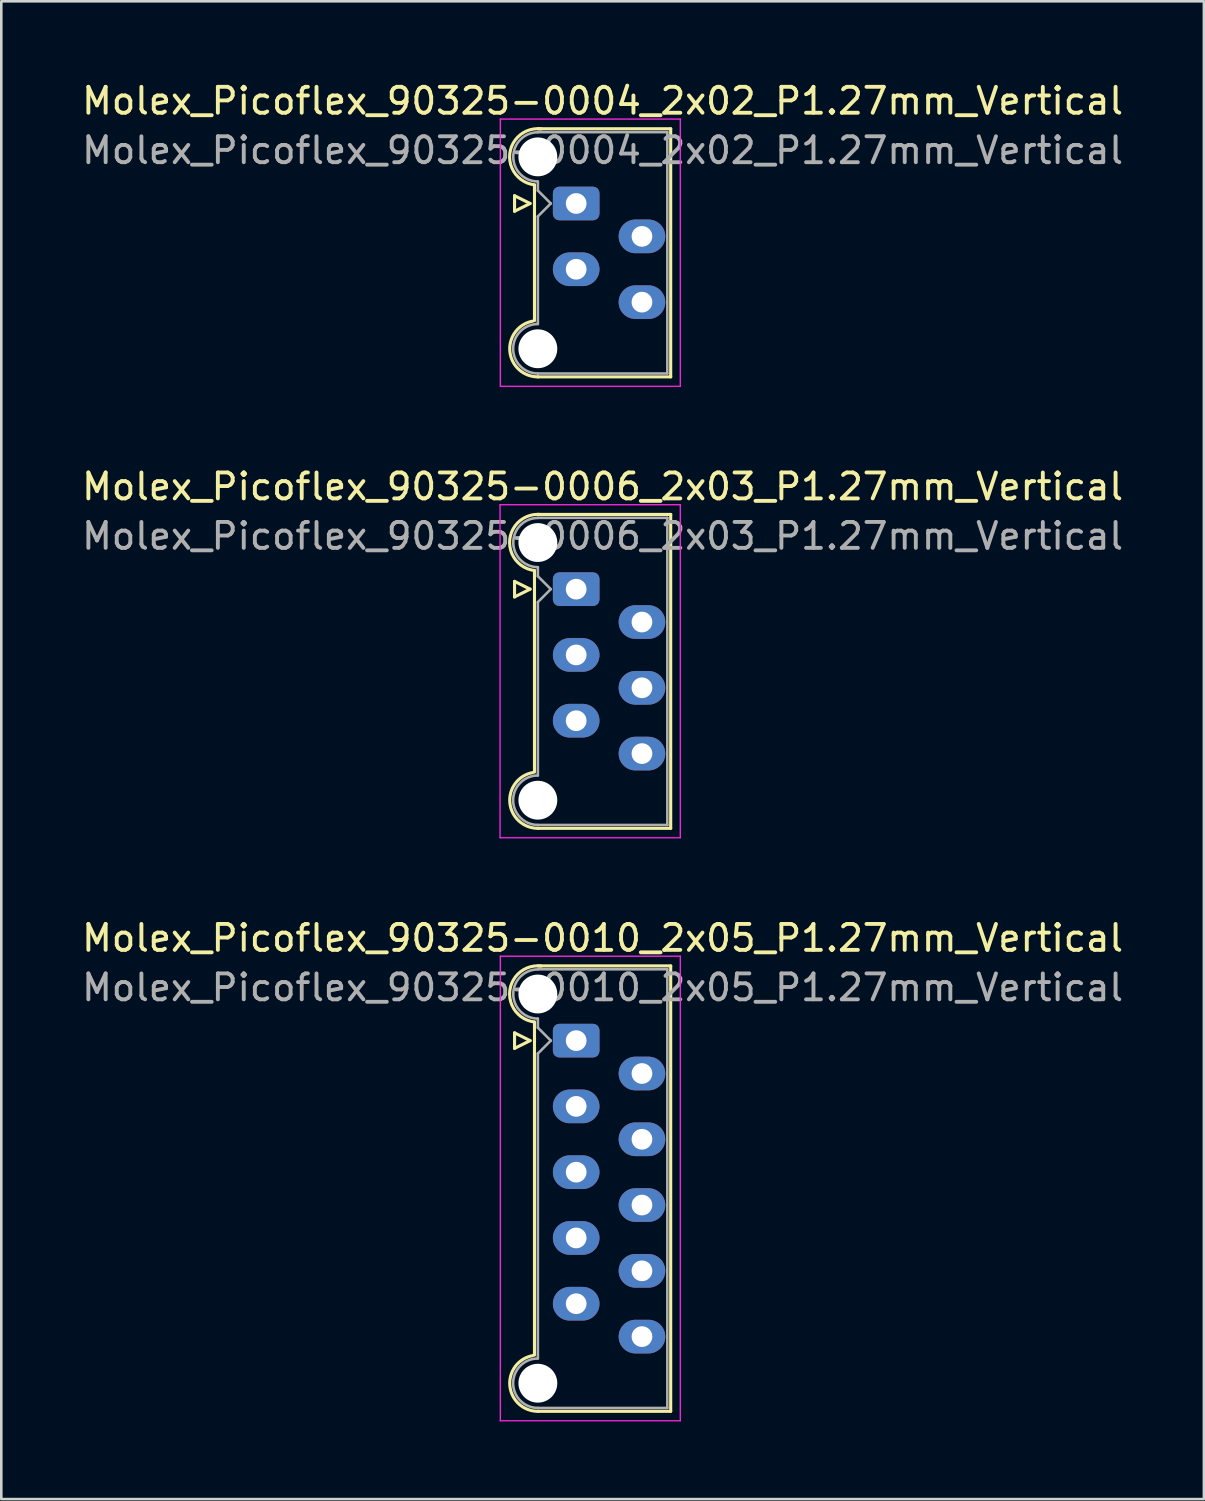
<source format=kicad_pcb>
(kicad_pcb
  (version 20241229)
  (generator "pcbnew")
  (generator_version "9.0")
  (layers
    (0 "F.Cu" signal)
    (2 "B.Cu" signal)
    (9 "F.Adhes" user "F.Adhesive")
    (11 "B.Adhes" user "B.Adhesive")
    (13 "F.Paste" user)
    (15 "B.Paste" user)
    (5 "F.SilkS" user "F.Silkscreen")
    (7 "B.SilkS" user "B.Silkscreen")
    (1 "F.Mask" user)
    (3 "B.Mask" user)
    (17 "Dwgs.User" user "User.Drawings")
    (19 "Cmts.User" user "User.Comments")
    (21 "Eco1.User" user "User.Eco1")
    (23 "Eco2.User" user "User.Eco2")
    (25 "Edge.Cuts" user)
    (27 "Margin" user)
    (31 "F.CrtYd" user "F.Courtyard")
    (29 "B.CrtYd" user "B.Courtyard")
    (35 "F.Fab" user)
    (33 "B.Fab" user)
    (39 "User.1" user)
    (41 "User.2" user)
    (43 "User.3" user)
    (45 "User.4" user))
  (footprint "Molex_Picoflex_90325-0004_2x02_P1.27mm_Vertical"
    (layer "F.Cu")
    (at 19.2 4.808)
    (property "Reference" "Molex_Picoflex_90325-0004_2x02_P1.27mm_Vertical" (at 1.02 -3.96 0) (layer "F.SilkS") (effects (font (size 1 1) (thickness 0.15))))
    (attr through_hole)
    (fp_line (start -2.38 -0.3) (end -2.38 0.3) (stroke (width 0.12) (type solid)) (layer "F.SilkS"))
    (fp_line (start -2.38 0.3) (end -1.78 0) (stroke (width 0.12) (type solid)) (layer "F.SilkS"))
    (fp_line (start -1.78 0) (end -2.38 -0.3) (stroke (width 0.12) (type solid)) (layer "F.SilkS"))
    (fp_line (start -1.61 -0.715) (end -1.61 4.525) (stroke (width 0.12) (type solid)) (layer "F.SilkS"))
    (fp_line (start -1.48 -2.885) (end 3.65 -2.885) (stroke (width 0.12) (type solid)) (layer "F.SilkS"))
    (fp_line (start 3.65 -2.885) (end 3.65 6.695) (stroke (width 0.12) (type solid)) (layer "F.SilkS"))
    (fp_line (start 3.65 6.695) (end -1.48 6.695) (stroke (width 0.12) (type solid)) (layer "F.SilkS"))
    (fp_arc (start -1.61 -0.72) (mid -2.56 -1.93) (end -1.35 -2.88) (stroke (width 0.12) (type solid)) (layer "F.SilkS"))
    (fp_arc (start -1.47 6.695) (mid -2.56 5.714526) (end -1.678256 4.54322) (stroke (width 0.12) (type solid)) (layer "F.SilkS"))
    (fp_line (start -2.93 -3.26) (end -2.93 7.06) (stroke (width 0.05) (type solid)) (layer "F.CrtYd"))
    (fp_line (start -2.93 7.06) (end 4.02 7.06) (stroke (width 0.05) (type solid)) (layer "F.CrtYd"))
    (fp_line (start 4.02 -3.26) (end -2.93 -3.26) (stroke (width 0.05) (type solid)) (layer "F.CrtYd"))
    (fp_line (start 4.02 7.06) (end 4.02 -3.26) (stroke (width 0.05) (type solid)) (layer "F.CrtYd"))
    (fp_line (start -1.48 -2.755) (end 3.52 -2.755) (stroke (width 0.1) (type solid)) (layer "F.Fab"))
    (fp_line (start -1.48 -0.845) (end -1.48 -0.5) (stroke (width 0.1) (type solid)) (layer "F.Fab"))
    (fp_line (start -1.48 -0.5) (end -0.98 0) (stroke (width 0.1) (type solid)) (layer "F.Fab"))
    (fp_line (start -1.48 0.5) (end -1.48 4.655) (stroke (width 0.1) (type solid)) (layer "F.Fab"))
    (fp_line (start -0.98 0) (end -1.48 0.5) (stroke (width 0.1) (type solid)) (layer "F.Fab"))
    (fp_line (start 3.52 -2.755) (end 3.52 6.565) (stroke (width 0.1) (type solid)) (layer "F.Fab"))
    (fp_line (start 3.52 6.565) (end -1.48 6.565) (stroke (width 0.1) (type solid)) (layer "F.Fab"))
    (fp_arc (start -1.48 -0.85) (mid -2.43 -1.8) (end -1.48 -2.75) (stroke (width 0.1) (type solid)) (layer "F.Fab"))
    (fp_arc (start -1.48 6.565) (mid -2.435 5.61) (end -1.48 4.655) (stroke (width 0.1) (type solid)) (layer "F.Fab"))
    (fp_text user "${REFERENCE}" (at 1.02 -2.05 0) (layer "F.Fab") (effects (font (size 1 1) (thickness 0.15))))
    (pad "" np_thru_hole circle (at -1.48 -1.8) (size 1.5 1.5) (drill 1.5) (layers "*.Cu" "*.Mask"))
    (pad "" np_thru_hole circle (at -1.48 5.61) (size 1.5 1.5) (drill 1.5) (layers "*.Cu" "*.Mask"))
    (pad "1" thru_hole roundrect (at 0 0) (size 1.8 1.3) (drill 0.8) (layers "*.Cu" "*.Mask") (roundrect_rratio 0.192))
    (pad "2" thru_hole oval (at 2.54 1.27) (size 1.8 1.3) (drill 0.8) (layers "*.Cu" "*.Mask"))
    (pad "3" thru_hole oval (at 0 2.54) (size 1.8 1.3) (drill 0.8) (layers "*.Cu" "*.Mask"))
    (pad "4" thru_hole oval (at 2.54 3.81) (size 1.8 1.3) (drill 0.8) (layers "*.Cu" "*.Mask")))
  (footprint "Molex_Picoflex_90325-0006_2x03_P1.27mm_Vertical"
    (layer "F.Cu")
    (at 19.2 19.701)
    (property "Reference" "Molex_Picoflex_90325-0006_2x03_P1.27mm_Vertical" (at 1.02 -3.96 0) (layer "F.SilkS") (effects (font (size 1 1) (thickness 0.15))))
    (attr through_hole)
    (fp_line (start -2.38 -0.3) (end -2.38 0.3) (stroke (width 0.12) (type solid)) (layer "F.SilkS"))
    (fp_line (start -2.38 0.3) (end -1.78 0) (stroke (width 0.12) (type solid)) (layer "F.SilkS"))
    (fp_line (start -1.78 0) (end -2.38 -0.3) (stroke (width 0.12) (type solid)) (layer "F.SilkS"))
    (fp_line (start -1.61 -0.715) (end -1.61 7.065) (stroke (width 0.12) (type solid)) (layer "F.SilkS"))
    (fp_line (start -1.48 -2.885) (end 3.65 -2.885) (stroke (width 0.12) (type solid)) (layer "F.SilkS"))
    (fp_line (start 3.65 -2.885) (end 3.65 9.235) (stroke (width 0.12) (type solid)) (layer "F.SilkS"))
    (fp_line (start 3.65 9.235) (end -1.48 9.235) (stroke (width 0.12) (type solid)) (layer "F.SilkS"))
    (fp_arc (start -1.61 -0.72) (mid -2.56 -1.93) (end -1.35 -2.88) (stroke (width 0.12) (type solid)) (layer "F.SilkS"))
    (fp_arc (start -1.47 9.235) (mid -2.56 8.254526) (end -1.678256 7.08322) (stroke (width 0.12) (type solid)) (layer "F.SilkS"))
    (fp_line (start -2.94 -3.26) (end -2.94 9.6) (stroke (width 0.05) (type solid)) (layer "F.CrtYd"))
    (fp_line (start -2.94 9.6) (end 4.02 9.6) (stroke (width 0.05) (type solid)) (layer "F.CrtYd"))
    (fp_line (start 4.02 -3.26) (end -2.94 -3.26) (stroke (width 0.05) (type solid)) (layer "F.CrtYd"))
    (fp_line (start 4.02 9.6) (end 4.02 -3.26) (stroke (width 0.05) (type solid)) (layer "F.CrtYd"))
    (fp_line (start -1.48 -2.755) (end 3.52 -2.755) (stroke (width 0.1) (type solid)) (layer "F.Fab"))
    (fp_line (start -1.48 -0.845) (end -1.48 -0.5) (stroke (width 0.1) (type solid)) (layer "F.Fab"))
    (fp_line (start -1.48 -0.5) (end -0.98 0) (stroke (width 0.1) (type solid)) (layer "F.Fab"))
    (fp_line (start -1.48 0.5) (end -1.48 7.195) (stroke (width 0.1) (type solid)) (layer "F.Fab"))
    (fp_line (start -0.98 0) (end -1.48 0.5) (stroke (width 0.1) (type solid)) (layer "F.Fab"))
    (fp_line (start 3.52 -2.755) (end 3.52 9.105) (stroke (width 0.1) (type solid)) (layer "F.Fab"))
    (fp_line (start 3.52 9.105) (end -1.48 9.105) (stroke (width 0.1) (type solid)) (layer "F.Fab"))
    (fp_arc (start -1.48 -0.85) (mid -2.43 -1.8) (end -1.48 -2.75) (stroke (width 0.1) (type solid)) (layer "F.Fab"))
    (fp_arc (start -1.48 9.105) (mid -2.435 8.15) (end -1.48 7.195) (stroke (width 0.1) (type solid)) (layer "F.Fab"))
    (fp_text user "${REFERENCE}" (at 1.02 -2.05 0) (layer "F.Fab") (effects (font (size 1 1) (thickness 0.15))))
    (pad "" np_thru_hole circle (at -1.48 -1.8) (size 1.5 1.5) (drill 1.5) (layers "*.Cu" "*.Mask"))
    (pad "" np_thru_hole circle (at -1.48 8.15) (size 1.5 1.5) (drill 1.5) (layers "*.Cu" "*.Mask"))
    (pad "1" thru_hole roundrect (at 0 0) (size 1.8 1.3) (drill 0.8) (layers "*.Cu" "*.Mask") (roundrect_rratio 0.192))
    (pad "2" thru_hole oval (at 2.54 1.27) (size 1.8 1.3) (drill 0.8) (layers "*.Cu" "*.Mask"))
    (pad "3" thru_hole oval (at 0 2.54) (size 1.8 1.3) (drill 0.8) (layers "*.Cu" "*.Mask"))
    (pad "4" thru_hole oval (at 2.54 3.81) (size 1.8 1.3) (drill 0.8) (layers "*.Cu" "*.Mask"))
    (pad "5" thru_hole oval (at 0 5.08) (size 1.8 1.3) (drill 0.8) (layers "*.Cu" "*.Mask"))
    (pad "6" thru_hole oval (at 2.54 6.35) (size 1.8 1.3) (drill 0.8) (layers "*.Cu" "*.Mask")))
  (footprint "Molex_Picoflex_90325-0010_2x05_P1.27mm_Vertical"
    (layer "F.Cu")
    (at 19.2 37.135)
    (property "Reference" "Molex_Picoflex_90325-0010_2x05_P1.27mm_Vertical" (at 1.02 -3.96 0) (layer "F.SilkS") (effects (font (size 1 1) (thickness 0.15))))
    (attr through_hole)
    (fp_line (start -2.38 -0.3) (end -2.38 0.3) (stroke (width 0.12) (type solid)) (layer "F.SilkS"))
    (fp_line (start -2.38 0.3) (end -1.78 0) (stroke (width 0.12) (type solid)) (layer "F.SilkS"))
    (fp_line (start -1.78 0) (end -2.38 -0.3) (stroke (width 0.12) (type solid)) (layer "F.SilkS"))
    (fp_line (start -1.61 -0.715) (end -1.61 12.145) (stroke (width 0.12) (type solid)) (layer "F.SilkS"))
    (fp_line (start -1.48 -2.885) (end 3.65 -2.885) (stroke (width 0.12) (type solid)) (layer "F.SilkS"))
    (fp_line (start 3.65 -2.885) (end 3.65 14.315) (stroke (width 0.12) (type solid)) (layer "F.SilkS"))
    (fp_line (start 3.65 14.315) (end -1.48 14.315) (stroke (width 0.12) (type solid)) (layer "F.SilkS"))
    (fp_arc (start -1.61 -0.72) (mid -2.56 -1.93) (end -1.35 -2.88) (stroke (width 0.12) (type solid)) (layer "F.SilkS"))
    (fp_arc (start -1.47 14.315) (mid -2.56 13.334526) (end -1.678256 12.16322) (stroke (width 0.12) (type solid)) (layer "F.SilkS"))
    (fp_line (start -2.93 -3.26) (end -2.93 14.68) (stroke (width 0.05) (type solid)) (layer "F.CrtYd"))
    (fp_line (start -2.93 14.68) (end 4.02 14.68) (stroke (width 0.05) (type solid)) (layer "F.CrtYd"))
    (fp_line (start 4.02 -3.26) (end -2.93 -3.26) (stroke (width 0.05) (type solid)) (layer "F.CrtYd"))
    (fp_line (start 4.02 14.68) (end 4.02 -3.26) (stroke (width 0.05) (type solid)) (layer "F.CrtYd"))
    (fp_line (start -1.48 -2.755) (end 3.52 -2.755) (stroke (width 0.1) (type solid)) (layer "F.Fab"))
    (fp_line (start -1.48 -0.845) (end -1.48 -0.5) (stroke (width 0.1) (type solid)) (layer "F.Fab"))
    (fp_line (start -1.48 -0.5) (end -0.98 0) (stroke (width 0.1) (type solid)) (layer "F.Fab"))
    (fp_line (start -1.48 0.5) (end -1.48 12.275) (stroke (width 0.1) (type solid)) (layer "F.Fab"))
    (fp_line (start -0.98 0) (end -1.48 0.5) (stroke (width 0.1) (type solid)) (layer "F.Fab"))
    (fp_line (start 3.52 -2.755) (end 3.52 14.185) (stroke (width 0.1) (type solid)) (layer "F.Fab"))
    (fp_line (start 3.52 14.185) (end -1.48 14.185) (stroke (width 0.1) (type solid)) (layer "F.Fab"))
    (fp_arc (start -1.48 -0.85) (mid -2.43 -1.8) (end -1.48 -2.75) (stroke (width 0.1) (type solid)) (layer "F.Fab"))
    (fp_arc (start -1.48 14.185) (mid -2.435 13.23) (end -1.48 12.275) (stroke (width 0.1) (type solid)) (layer "F.Fab"))
    (fp_text user "${REFERENCE}" (at 1.02 -2.05 0) (layer "F.Fab") (effects (font (size 1 1) (thickness 0.15))))
    (pad "" np_thru_hole circle (at -1.48 -1.8) (size 1.5 1.5) (drill 1.5) (layers "*.Cu" "*.Mask"))
    (pad "" np_thru_hole circle (at -1.48 13.23) (size 1.5 1.5) (drill 1.5) (layers "*.Cu" "*.Mask"))
    (pad "1" thru_hole roundrect (at 0 0) (size 1.8 1.3) (drill 0.8) (layers "*.Cu" "*.Mask") (roundrect_rratio 0.192))
    (pad "2" thru_hole oval (at 2.54 1.27) (size 1.8 1.3) (drill 0.8) (layers "*.Cu" "*.Mask"))
    (pad "3" thru_hole oval (at 0 2.54) (size 1.8 1.3) (drill 0.8) (layers "*.Cu" "*.Mask"))
    (pad "4" thru_hole oval (at 2.54 3.81) (size 1.8 1.3) (drill 0.8) (layers "*.Cu" "*.Mask"))
    (pad "5" thru_hole oval (at 0 5.08) (size 1.8 1.3) (drill 0.8) (layers "*.Cu" "*.Mask"))
    (pad "6" thru_hole oval (at 2.54 6.35) (size 1.8 1.3) (drill 0.8) (layers "*.Cu" "*.Mask"))
    (pad "7" thru_hole oval (at 0 7.62) (size 1.8 1.3) (drill 0.8) (layers "*.Cu" "*.Mask"))
    (pad "8" thru_hole oval (at 2.54 8.89) (size 1.8 1.3) (drill 0.8) (layers "*.Cu" "*.Mask"))
    (pad "9" thru_hole oval (at 0 10.16) (size 1.8 1.3) (drill 0.8) (layers "*.Cu" "*.Mask"))
    (pad "10" thru_hole oval (at 2.54 11.43) (size 1.8 1.3) (drill 0.8) (layers "*.Cu" "*.Mask")))
  (gr_rect
    (start -3 -3)
    (end 43.44 54.84)
    (stroke (width 0.1) (type default))
    (fill no)
    (layer "Edge.Cuts")))
</source>
